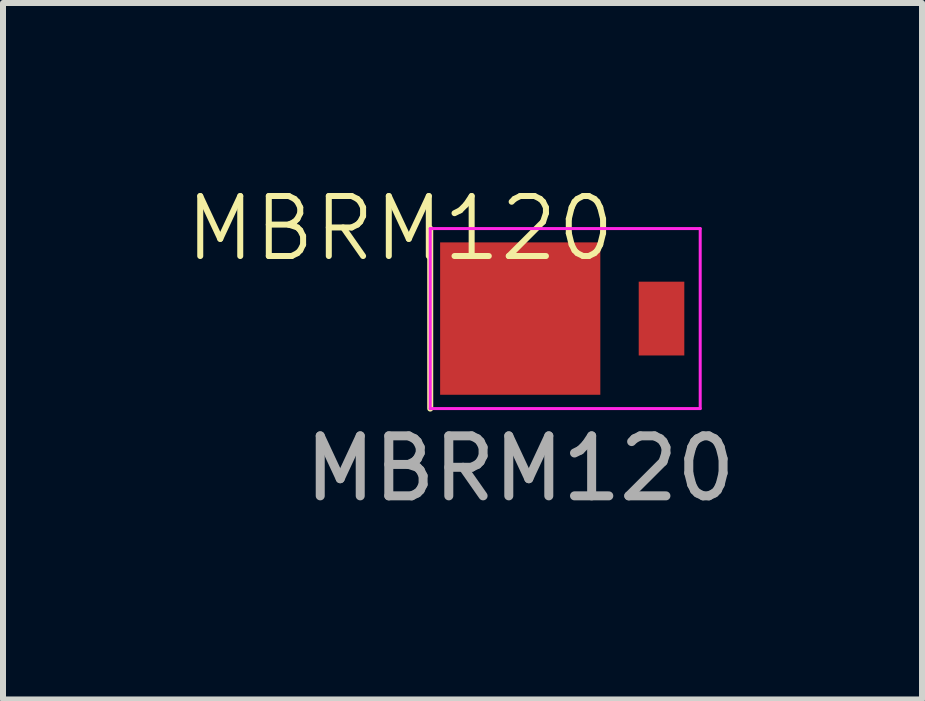
<source format=kicad_pcb>
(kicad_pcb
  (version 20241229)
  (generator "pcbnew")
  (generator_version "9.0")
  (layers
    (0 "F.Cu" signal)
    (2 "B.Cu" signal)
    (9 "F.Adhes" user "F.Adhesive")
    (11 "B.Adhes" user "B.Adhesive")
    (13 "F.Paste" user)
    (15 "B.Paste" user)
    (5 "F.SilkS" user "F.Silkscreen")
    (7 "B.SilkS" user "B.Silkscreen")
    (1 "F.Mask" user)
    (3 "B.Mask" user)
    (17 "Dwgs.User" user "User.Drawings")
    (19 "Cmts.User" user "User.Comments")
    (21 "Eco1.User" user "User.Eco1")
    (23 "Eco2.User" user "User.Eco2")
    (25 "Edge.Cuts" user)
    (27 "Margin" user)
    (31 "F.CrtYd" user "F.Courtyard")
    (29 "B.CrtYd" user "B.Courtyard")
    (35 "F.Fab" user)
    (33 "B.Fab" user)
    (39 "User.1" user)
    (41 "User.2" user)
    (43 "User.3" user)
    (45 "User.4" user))
  (footprint "MBRM120"
    (layer "F.Cu")
    (at 5.621 2.26)
    (property "Reference" "MBRM120" (at -2 -1.5 0) (unlocked yes) (layer "F.SilkS") (effects (font (size 1 1) (thickness 0.1))))
    (attr smd)
    (fp_line (start -1.5 -1.5) (end -1.5 1.5) (stroke (width 0.1) (type default)) (layer "F.SilkS"))
    (fp_line (start -1.5 -1.5) (end 3 -1.5) (stroke (width 0.05) (type default)) (layer "F.CrtYd"))
    (fp_line (start -1.5 1.5) (end -1.5 -1.5) (stroke (width 0.05) (type default)) (layer "F.CrtYd"))
    (fp_line (start 3 -1.5) (end 3 1.5) (stroke (width 0.05) (type default)) (layer "F.CrtYd"))
    (fp_line (start 3 1.5) (end -1.5 1.5) (stroke (width 0.05) (type default)) (layer "F.CrtYd"))
    (fp_text user "${REFERENCE}" (at 0 2.5 0) (unlocked yes) (layer "F.Fab") (effects (font (size 1 1) (thickness 0.15))))
    (pad "1" smd rect (at 2.355 0) (size 0.76 1.23) (layers "F.Cu" "F.Mask" "F.Paste"))
    (pad "2" smd rect (at 0 0) (size 2.67 2.54) (layers "F.Cu" "F.Mask" "F.Paste")))
  (gr_rect
    (start -3 -3)
    (end 12.318 8.609)
    (stroke (width 0.1) (type default))
    (fill no)
    (layer "Edge.Cuts")))
</source>
